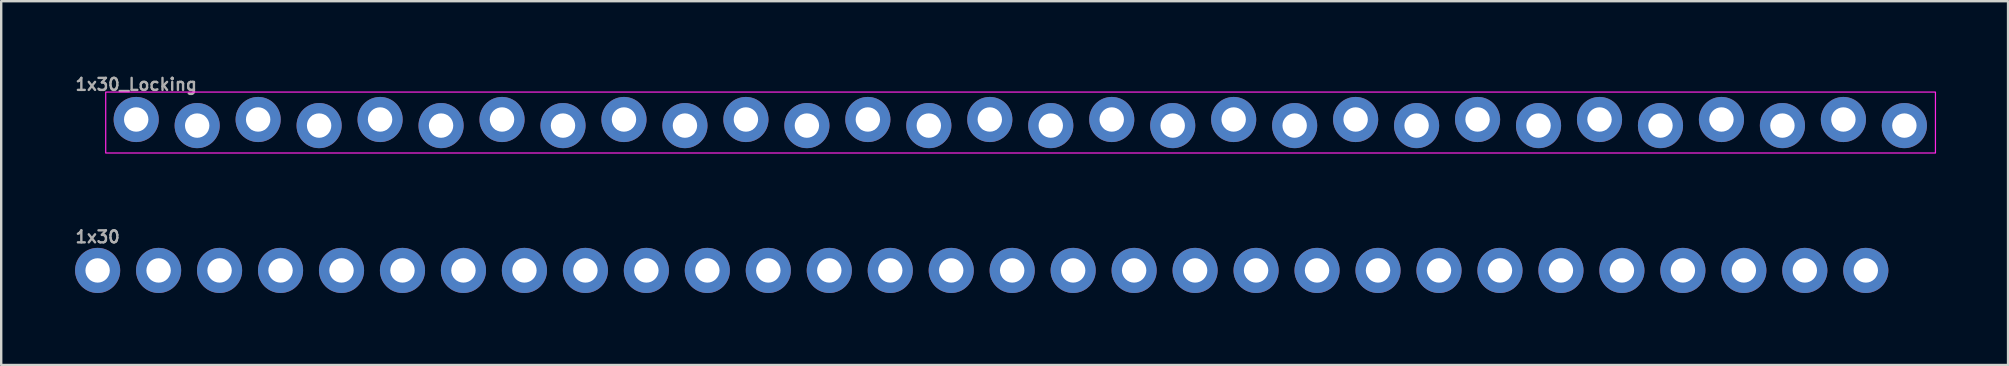
<source format=kicad_pcb>
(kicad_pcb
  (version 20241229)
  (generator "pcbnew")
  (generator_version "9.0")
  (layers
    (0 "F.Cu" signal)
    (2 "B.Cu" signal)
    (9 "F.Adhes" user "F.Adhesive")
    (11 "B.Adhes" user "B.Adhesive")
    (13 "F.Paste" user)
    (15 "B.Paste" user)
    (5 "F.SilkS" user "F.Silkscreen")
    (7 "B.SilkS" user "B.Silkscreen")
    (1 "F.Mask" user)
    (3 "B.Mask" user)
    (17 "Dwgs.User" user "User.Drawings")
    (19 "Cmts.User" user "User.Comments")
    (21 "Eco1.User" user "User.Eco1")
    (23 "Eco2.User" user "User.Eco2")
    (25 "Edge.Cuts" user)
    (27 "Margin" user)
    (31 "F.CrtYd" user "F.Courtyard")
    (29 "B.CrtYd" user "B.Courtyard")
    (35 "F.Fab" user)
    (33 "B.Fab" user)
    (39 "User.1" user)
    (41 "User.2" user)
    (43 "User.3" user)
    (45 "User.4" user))
  (footprint "1x30_Locking"
    (layer "F.Cu")
    (at 2.624 2.055)
    (property "Reference" "1x30_Locking" (at 0 -1.587 0) (layer "F.Fab") (effects (font (size 0.5 0.5) (thickness 0.1))))
    (fp_rect (start -1.27 -1.27) (end 74.955 1.27) (stroke (width 0.05) (type default)) (fill no) (layer "F.CrtYd"))
    (fp_poly (pts (xy -0.254 0.254) (xy 0.254 0.254) (xy 0.254 -0.254) (xy -0.254 -0.254)) (stroke (width 0.1) (type default)) (fill no) (layer "F.Fab"))
    (fp_poly (pts (xy 2.286 0.254) (xy 2.794 0.254) (xy 2.794 -0.254) (xy 2.286 -0.254)) (stroke (width 0.1) (type default)) (fill no) (layer "F.Fab"))
    (fp_poly (pts (xy 4.826 0.254) (xy 5.334 0.254) (xy 5.334 -0.254) (xy 4.826 -0.254)) (stroke (width 0.1) (type default)) (fill no) (layer "F.Fab"))
    (fp_poly (pts (xy 7.366 0.254) (xy 7.874 0.254) (xy 7.874 -0.254) (xy 7.366 -0.254)) (stroke (width 0.1) (type default)) (fill no) (layer "F.Fab"))
    (fp_poly (pts (xy 9.906 0.254) (xy 10.414 0.254) (xy 10.414 -0.254) (xy 9.906 -0.254)) (stroke (width 0.1) (type default)) (fill no) (layer "F.Fab"))
    (fp_poly (pts (xy 12.446 0.254) (xy 12.954 0.254) (xy 12.954 -0.254) (xy 12.446 -0.254)) (stroke (width 0.1) (type default)) (fill no) (layer "F.Fab"))
    (fp_poly (pts (xy 14.986 0.254) (xy 15.494 0.254) (xy 15.494 -0.254) (xy 14.986 -0.254)) (stroke (width 0.1) (type default)) (fill no) (layer "F.Fab"))
    (fp_poly (pts (xy 17.526 0.254) (xy 18.034 0.254) (xy 18.034 -0.254) (xy 17.526 -0.254)) (stroke (width 0.1) (type default)) (fill no) (layer "F.Fab"))
    (fp_poly (pts (xy 20.066 0.254) (xy 20.574 0.254) (xy 20.574 -0.254) (xy 20.066 -0.254)) (stroke (width 0.1) (type default)) (fill no) (layer "F.Fab"))
    (fp_poly (pts (xy 22.606 0.254) (xy 23.114 0.254) (xy 23.114 -0.254) (xy 22.606 -0.254)) (stroke (width 0.1) (type default)) (fill no) (layer "F.Fab"))
    (fp_poly (pts (xy 25.146 0.254) (xy 25.654 0.254) (xy 25.654 -0.254) (xy 25.146 -0.254)) (stroke (width 0.1) (type default)) (fill no) (layer "F.Fab"))
    (fp_poly (pts (xy 27.686 0.254) (xy 28.194 0.254) (xy 28.194 -0.254) (xy 27.686 -0.254)) (stroke (width 0.1) (type default)) (fill no) (layer "F.Fab"))
    (fp_poly (pts (xy 30.226 0.254) (xy 30.734 0.254) (xy 30.734 -0.254) (xy 30.226 -0.254)) (stroke (width 0.1) (type default)) (fill no) (layer "F.Fab"))
    (fp_poly (pts (xy 32.766 0.254) (xy 33.274 0.254) (xy 33.274 -0.254) (xy 32.766 -0.254)) (stroke (width 0.1) (type default)) (fill no) (layer "F.Fab"))
    (fp_poly (pts (xy 35.306 0.254) (xy 35.814 0.254) (xy 35.814 -0.254) (xy 35.306 -0.254)) (stroke (width 0.1) (type default)) (fill no) (layer "F.Fab"))
    (fp_poly (pts (xy 37.846 0.254) (xy 38.354 0.254) (xy 38.354 -0.254) (xy 37.846 -0.254)) (stroke (width 0.1) (type default)) (fill no) (layer "F.Fab"))
    (fp_poly (pts (xy 40.386 0.254) (xy 40.894 0.254) (xy 40.894 -0.254) (xy 40.386 -0.254)) (stroke (width 0.1) (type default)) (fill no) (layer "F.Fab"))
    (fp_poly (pts (xy 42.926 0.254) (xy 43.434 0.254) (xy 43.434 -0.254) (xy 42.926 -0.254)) (stroke (width 0.1) (type default)) (fill no) (layer "F.Fab"))
    (fp_poly (pts (xy 45.466 0.254) (xy 45.974 0.254) (xy 45.974 -0.254) (xy 45.466 -0.254)) (stroke (width 0.1) (type default)) (fill no) (layer "F.Fab"))
    (fp_poly (pts (xy 48.006 0.254) (xy 48.514 0.254) (xy 48.514 -0.254) (xy 48.006 -0.254)) (stroke (width 0.1) (type default)) (fill no) (layer "F.Fab"))
    (fp_poly (pts (xy 50.546 0.254) (xy 51.054 0.254) (xy 51.054 -0.254) (xy 50.546 -0.254)) (stroke (width 0.1) (type default)) (fill no) (layer "F.Fab"))
    (fp_poly (pts (xy 53.086 0.254) (xy 53.594 0.254) (xy 53.594 -0.254) (xy 53.086 -0.254)) (stroke (width 0.1) (type default)) (fill no) (layer "F.Fab"))
    (fp_poly (pts (xy 55.626 0.254) (xy 56.134 0.254) (xy 56.134 -0.254) (xy 55.626 -0.254)) (stroke (width 0.1) (type default)) (fill no) (layer "F.Fab"))
    (fp_poly (pts (xy 58.166 0.254) (xy 58.674 0.254) (xy 58.674 -0.254) (xy 58.166 -0.254)) (stroke (width 0.1) (type default)) (fill no) (layer "F.Fab"))
    (fp_poly (pts (xy 60.706 0.254) (xy 61.214 0.254) (xy 61.214 -0.254) (xy 60.706 -0.254)) (stroke (width 0.1) (type default)) (fill no) (layer "F.Fab"))
    (fp_poly (pts (xy 63.246 0.254) (xy 63.754 0.254) (xy 63.754 -0.254) (xy 63.246 -0.254)) (stroke (width 0.1) (type default)) (fill no) (layer "F.Fab"))
    (fp_poly (pts (xy 65.786 0.254) (xy 66.294 0.254) (xy 66.294 -0.254) (xy 65.786 -0.254)) (stroke (width 0.1) (type default)) (fill no) (layer "F.Fab"))
    (fp_poly (pts (xy 68.326 0.254) (xy 68.834 0.254) (xy 68.834 -0.254) (xy 68.326 -0.254)) (stroke (width 0.1) (type default)) (fill no) (layer "F.Fab"))
    (fp_poly (pts (xy 70.866 0.254) (xy 71.374 0.254) (xy 71.374 -0.254) (xy 70.866 -0.254)) (stroke (width 0.1) (type default)) (fill no) (layer "F.Fab"))
    (fp_poly (pts (xy 73.406 0.254) (xy 73.914 0.254) (xy 73.914 -0.254) (xy 73.406 -0.254)) (stroke (width 0.1) (type default)) (fill no) (layer "F.Fab"))
    (pad "1" thru_hole circle (at 0 -0.127 90) (size 1.88 1.88) (drill 1.016) (layers "*.Cu" "*.Mask"))
    (pad "2" thru_hole circle (at 2.54 0.127 90) (size 1.88 1.88) (drill 1.016) (layers "*.Cu" "*.Mask"))
    (pad "3" thru_hole circle (at 5.08 -0.127 90) (size 1.88 1.88) (drill 1.016) (layers "*.Cu" "*.Mask"))
    (pad "4" thru_hole circle (at 7.62 0.127 90) (size 1.88 1.88) (drill 1.016) (layers "*.Cu" "*.Mask"))
    (pad "5" thru_hole circle (at 10.16 -0.127 90) (size 1.88 1.88) (drill 1.016) (layers "*.Cu" "*.Mask"))
    (pad "6" thru_hole circle (at 12.7 0.127 90) (size 1.88 1.88) (drill 1.016) (layers "*.Cu" "*.Mask"))
    (pad "7" thru_hole circle (at 15.24 -0.127 90) (size 1.88 1.88) (drill 1.016) (layers "*.Cu" "*.Mask"))
    (pad "8" thru_hole circle (at 17.78 0.127 90) (size 1.88 1.88) (drill 1.016) (layers "*.Cu" "*.Mask"))
    (pad "9" thru_hole circle (at 20.32 -0.127 90) (size 1.88 1.88) (drill 1.016) (layers "*.Cu" "*.Mask"))
    (pad "10" thru_hole circle (at 22.86 0.127 90) (size 1.88 1.88) (drill 1.016) (layers "*.Cu" "*.Mask"))
    (pad "11" thru_hole circle (at 25.4 -0.127 90) (size 1.88 1.88) (drill 1.016) (layers "*.Cu" "*.Mask"))
    (pad "12" thru_hole circle (at 27.94 0.127 90) (size 1.88 1.88) (drill 1.016) (layers "*.Cu" "*.Mask"))
    (pad "13" thru_hole circle (at 30.48 -0.127 90) (size 1.88 1.88) (drill 1.016) (layers "*.Cu" "*.Mask"))
    (pad "14" thru_hole circle (at 33.02 0.127 90) (size 1.88 1.88) (drill 1.016) (layers "*.Cu" "*.Mask"))
    (pad "15" thru_hole circle (at 35.56 -0.127 90) (size 1.88 1.88) (drill 1.016) (layers "*.Cu" "*.Mask"))
    (pad "16" thru_hole circle (at 38.1 0.127 90) (size 1.88 1.88) (drill 1.016) (layers "*.Cu" "*.Mask"))
    (pad "17" thru_hole circle (at 40.64 -0.127 90) (size 1.88 1.88) (drill 1.016) (layers "*.Cu" "*.Mask"))
    (pad "18" thru_hole circle (at 43.18 0.127 90) (size 1.88 1.88) (drill 1.016) (layers "*.Cu" "*.Mask"))
    (pad "19" thru_hole circle (at 45.72 -0.127 90) (size 1.88 1.88) (drill 1.016) (layers "*.Cu" "*.Mask"))
    (pad "20" thru_hole circle (at 48.26 0.127 90) (size 1.88 1.88) (drill 1.016) (layers "*.Cu" "*.Mask"))
    (pad "21" thru_hole circle (at 50.8 -0.127 90) (size 1.88 1.88) (drill 1.016) (layers "*.Cu" "*.Mask"))
    (pad "22" thru_hole circle (at 53.34 0.127 90) (size 1.88 1.88) (drill 1.016) (layers "*.Cu" "*.Mask"))
    (pad "23" thru_hole circle (at 55.88 -0.127 90) (size 1.88 1.88) (drill 1.016) (layers "*.Cu" "*.Mask"))
    (pad "24" thru_hole circle (at 58.42 0.127 90) (size 1.88 1.88) (drill 1.016) (layers "*.Cu" "*.Mask"))
    (pad "25" thru_hole circle (at 60.96 -0.127 90) (size 1.88 1.88) (drill 1.016) (layers "*.Cu" "*.Mask"))
    (pad "26" thru_hole circle (at 63.5 0.127 90) (size 1.88 1.88) (drill 1.016) (layers "*.Cu" "*.Mask"))
    (pad "27" thru_hole circle (at 66.04 -0.127 90) (size 1.88 1.88) (drill 1.016) (layers "*.Cu" "*.Mask"))
    (pad "28" thru_hole circle (at 68.58 0.127 90) (size 1.88 1.88) (drill 1.016) (layers "*.Cu" "*.Mask"))
    (pad "29" thru_hole circle (at 71.12 -0.127 90) (size 1.88 1.88) (drill 1.016) (layers "*.Cu" "*.Mask"))
    (pad "30" thru_hole circle (at 73.66 0.127 90) (size 1.88 1.88) (drill 1.016) (layers "*.Cu" "*.Mask")))
  (footprint "1x30"
    (layer "F.Cu")
    (at 1.017 8.216)
    (property "Reference" "1x30" (at 0 -1.397 0) (layer "F.Fab") (effects (font (size 0.5 0.5) (thickness 0.1))))
    (fp_poly (pts (xy -0.254 0.254) (xy 0.254 0.254) (xy 0.254 -0.254) (xy -0.254 -0.254)) (stroke (width 0.1) (type default)) (fill no) (layer "F.Fab"))
    (fp_poly (pts (xy 2.286 0.254) (xy 2.794 0.254) (xy 2.794 -0.254) (xy 2.286 -0.254)) (stroke (width 0.1) (type default)) (fill no) (layer "F.Fab"))
    (fp_poly (pts (xy 4.826 0.254) (xy 5.334 0.254) (xy 5.334 -0.254) (xy 4.826 -0.254)) (stroke (width 0.1) (type default)) (fill no) (layer "F.Fab"))
    (fp_poly (pts (xy 7.366 0.254) (xy 7.874 0.254) (xy 7.874 -0.254) (xy 7.366 -0.254)) (stroke (width 0.1) (type default)) (fill no) (layer "F.Fab"))
    (fp_poly (pts (xy 9.906 0.254) (xy 10.414 0.254) (xy 10.414 -0.254) (xy 9.906 -0.254)) (stroke (width 0.1) (type default)) (fill no) (layer "F.Fab"))
    (fp_poly (pts (xy 12.446 0.254) (xy 12.954 0.254) (xy 12.954 -0.254) (xy 12.446 -0.254)) (stroke (width 0.1) (type default)) (fill no) (layer "F.Fab"))
    (fp_poly (pts (xy 14.986 0.254) (xy 15.494 0.254) (xy 15.494 -0.254) (xy 14.986 -0.254)) (stroke (width 0.1) (type default)) (fill no) (layer "F.Fab"))
    (fp_poly (pts (xy 17.526 0.254) (xy 18.034 0.254) (xy 18.034 -0.254) (xy 17.526 -0.254)) (stroke (width 0.1) (type default)) (fill no) (layer "F.Fab"))
    (fp_poly (pts (xy 20.066 0.254) (xy 20.574 0.254) (xy 20.574 -0.254) (xy 20.066 -0.254)) (stroke (width 0.1) (type default)) (fill no) (layer "F.Fab"))
    (fp_poly (pts (xy 22.606 0.254) (xy 23.114 0.254) (xy 23.114 -0.254) (xy 22.606 -0.254)) (stroke (width 0.1) (type default)) (fill no) (layer "F.Fab"))
    (fp_poly (pts (xy 25.146 0.254) (xy 25.654 0.254) (xy 25.654 -0.254) (xy 25.146 -0.254)) (stroke (width 0.1) (type default)) (fill no) (layer "F.Fab"))
    (fp_poly (pts (xy 27.686 0.254) (xy 28.194 0.254) (xy 28.194 -0.254) (xy 27.686 -0.254)) (stroke (width 0.1) (type default)) (fill no) (layer "F.Fab"))
    (fp_poly (pts (xy 30.226 0.254) (xy 30.734 0.254) (xy 30.734 -0.254) (xy 30.226 -0.254)) (stroke (width 0.1) (type default)) (fill no) (layer "F.Fab"))
    (fp_poly (pts (xy 32.766 0.254) (xy 33.274 0.254) (xy 33.274 -0.254) (xy 32.766 -0.254)) (stroke (width 0.1) (type default)) (fill no) (layer "F.Fab"))
    (fp_poly (pts (xy 35.306 0.254) (xy 35.814 0.254) (xy 35.814 -0.254) (xy 35.306 -0.254)) (stroke (width 0.1) (type default)) (fill no) (layer "F.Fab"))
    (fp_poly (pts (xy 37.846 0.254) (xy 38.354 0.254) (xy 38.354 -0.254) (xy 37.846 -0.254)) (stroke (width 0.1) (type default)) (fill no) (layer "F.Fab"))
    (fp_poly (pts (xy 40.386 0.254) (xy 40.894 0.254) (xy 40.894 -0.254) (xy 40.386 -0.254)) (stroke (width 0.1) (type default)) (fill no) (layer "F.Fab"))
    (fp_poly (pts (xy 42.926 0.254) (xy 43.434 0.254) (xy 43.434 -0.254) (xy 42.926 -0.254)) (stroke (width 0.1) (type default)) (fill no) (layer "F.Fab"))
    (fp_poly (pts (xy 45.466 0.254) (xy 45.974 0.254) (xy 45.974 -0.254) (xy 45.466 -0.254)) (stroke (width 0.1) (type default)) (fill no) (layer "F.Fab"))
    (fp_poly (pts (xy 48.006 0.254) (xy 48.514 0.254) (xy 48.514 -0.254) (xy 48.006 -0.254)) (stroke (width 0.1) (type default)) (fill no) (layer "F.Fab"))
    (fp_poly (pts (xy 50.546 0.254) (xy 51.054 0.254) (xy 51.054 -0.254) (xy 50.546 -0.254)) (stroke (width 0.1) (type default)) (fill no) (layer "F.Fab"))
    (fp_poly (pts (xy 53.086 0.254) (xy 53.594 0.254) (xy 53.594 -0.254) (xy 53.086 -0.254)) (stroke (width 0.1) (type default)) (fill no) (layer "F.Fab"))
    (fp_poly (pts (xy 55.626 0.254) (xy 56.134 0.254) (xy 56.134 -0.254) (xy 55.626 -0.254)) (stroke (width 0.1) (type default)) (fill no) (layer "F.Fab"))
    (fp_poly (pts (xy 58.166 0.254) (xy 58.674 0.254) (xy 58.674 -0.254) (xy 58.166 -0.254)) (stroke (width 0.1) (type default)) (fill no) (layer "F.Fab"))
    (fp_poly (pts (xy 60.706 0.254) (xy 61.214 0.254) (xy 61.214 -0.254) (xy 60.706 -0.254)) (stroke (width 0.1) (type default)) (fill no) (layer "F.Fab"))
    (fp_poly (pts (xy 63.246 0.254) (xy 63.754 0.254) (xy 63.754 -0.254) (xy 63.246 -0.254)) (stroke (width 0.1) (type default)) (fill no) (layer "F.Fab"))
    (fp_poly (pts (xy 65.786 0.254) (xy 66.294 0.254) (xy 66.294 -0.254) (xy 65.786 -0.254)) (stroke (width 0.1) (type default)) (fill no) (layer "F.Fab"))
    (fp_poly (pts (xy 68.326 0.254) (xy 68.834 0.254) (xy 68.834 -0.254) (xy 68.326 -0.254)) (stroke (width 0.1) (type default)) (fill no) (layer "F.Fab"))
    (fp_poly (pts (xy 70.866 0.254) (xy 71.374 0.254) (xy 71.374 -0.254) (xy 70.866 -0.254)) (stroke (width 0.1) (type default)) (fill no) (layer "F.Fab"))
    (fp_poly (pts (xy 73.406 0.254) (xy 73.914 0.254) (xy 73.914 -0.254) (xy 73.406 -0.254)) (stroke (width 0.1) (type default)) (fill no) (layer "F.Fab"))
    (pad "1" thru_hole circle (at 0 0 90) (size 1.88 1.88) (drill 1.016) (layers "*.Cu" "*.Mask"))
    (pad "2" thru_hole circle (at 2.54 0 90) (size 1.88 1.88) (drill 1.016) (layers "*.Cu" "*.Mask"))
    (pad "3" thru_hole circle (at 5.08 0 90) (size 1.88 1.88) (drill 1.016) (layers "*.Cu" "*.Mask"))
    (pad "4" thru_hole circle (at 7.62 0 90) (size 1.88 1.88) (drill 1.016) (layers "*.Cu" "*.Mask"))
    (pad "5" thru_hole circle (at 10.16 0 90) (size 1.88 1.88) (drill 1.016) (layers "*.Cu" "*.Mask"))
    (pad "6" thru_hole circle (at 12.7 0 90) (size 1.88 1.88) (drill 1.016) (layers "*.Cu" "*.Mask"))
    (pad "7" thru_hole circle (at 15.24 0 90) (size 1.88 1.88) (drill 1.016) (layers "*.Cu" "*.Mask"))
    (pad "8" thru_hole circle (at 17.78 0 90) (size 1.88 1.88) (drill 1.016) (layers "*.Cu" "*.Mask"))
    (pad "9" thru_hole circle (at 20.32 0 90) (size 1.88 1.88) (drill 1.016) (layers "*.Cu" "*.Mask"))
    (pad "10" thru_hole circle (at 22.86 0 90) (size 1.88 1.88) (drill 1.016) (layers "*.Cu" "*.Mask"))
    (pad "11" thru_hole circle (at 25.4 0 90) (size 1.88 1.88) (drill 1.016) (layers "*.Cu" "*.Mask"))
    (pad "12" thru_hole circle (at 27.94 0 90) (size 1.88 1.88) (drill 1.016) (layers "*.Cu" "*.Mask"))
    (pad "13" thru_hole circle (at 30.48 0 90) (size 1.88 1.88) (drill 1.016) (layers "*.Cu" "*.Mask"))
    (pad "14" thru_hole circle (at 33.02 0 90) (size 1.88 1.88) (drill 1.016) (layers "*.Cu" "*.Mask"))
    (pad "15" thru_hole circle (at 35.56 0 90) (size 1.88 1.88) (drill 1.016) (layers "*.Cu" "*.Mask"))
    (pad "16" thru_hole circle (at 38.1 0 90) (size 1.88 1.88) (drill 1.016) (layers "*.Cu" "*.Mask"))
    (pad "17" thru_hole circle (at 40.64 0 90) (size 1.88 1.88) (drill 1.016) (layers "*.Cu" "*.Mask"))
    (pad "18" thru_hole circle (at 43.18 0 90) (size 1.88 1.88) (drill 1.016) (layers "*.Cu" "*.Mask"))
    (pad "19" thru_hole circle (at 45.72 0 90) (size 1.88 1.88) (drill 1.016) (layers "*.Cu" "*.Mask"))
    (pad "20" thru_hole circle (at 48.26 0 90) (size 1.88 1.88) (drill 1.016) (layers "*.Cu" "*.Mask"))
    (pad "21" thru_hole circle (at 50.8 0 90) (size 1.88 1.88) (drill 1.016) (layers "*.Cu" "*.Mask"))
    (pad "22" thru_hole circle (at 53.34 0 90) (size 1.88 1.88) (drill 1.016) (layers "*.Cu" "*.Mask"))
    (pad "23" thru_hole circle (at 55.88 0 90) (size 1.88 1.88) (drill 1.016) (layers "*.Cu" "*.Mask"))
    (pad "24" thru_hole circle (at 58.42 0 90) (size 1.88 1.88) (drill 1.016) (layers "*.Cu" "*.Mask"))
    (pad "25" thru_hole circle (at 60.96 0 90) (size 1.88 1.88) (drill 1.016) (layers "*.Cu" "*.Mask"))
    (pad "26" thru_hole circle (at 63.5 0 90) (size 1.88 1.88) (drill 1.016) (layers "*.Cu" "*.Mask"))
    (pad "27" thru_hole circle (at 66.04 0 90) (size 1.88 1.88) (drill 1.016) (layers "*.Cu" "*.Mask"))
    (pad "28" thru_hole circle (at 68.58 0 90) (size 1.88 1.88) (drill 1.016) (layers "*.Cu" "*.Mask"))
    (pad "29" thru_hole circle (at 71.12 0 90) (size 1.88 1.88) (drill 1.016) (layers "*.Cu" "*.Mask"))
    (pad "30" thru_hole circle (at 73.66 0 90) (size 1.88 1.88) (drill 1.016) (layers "*.Cu" "*.Mask")))
  (gr_rect
    (start -3 -3)
    (end 80.604 12.155)
    (stroke (width 0.1) (type default))
    (fill no)
    (layer "Edge.Cuts")))
</source>
